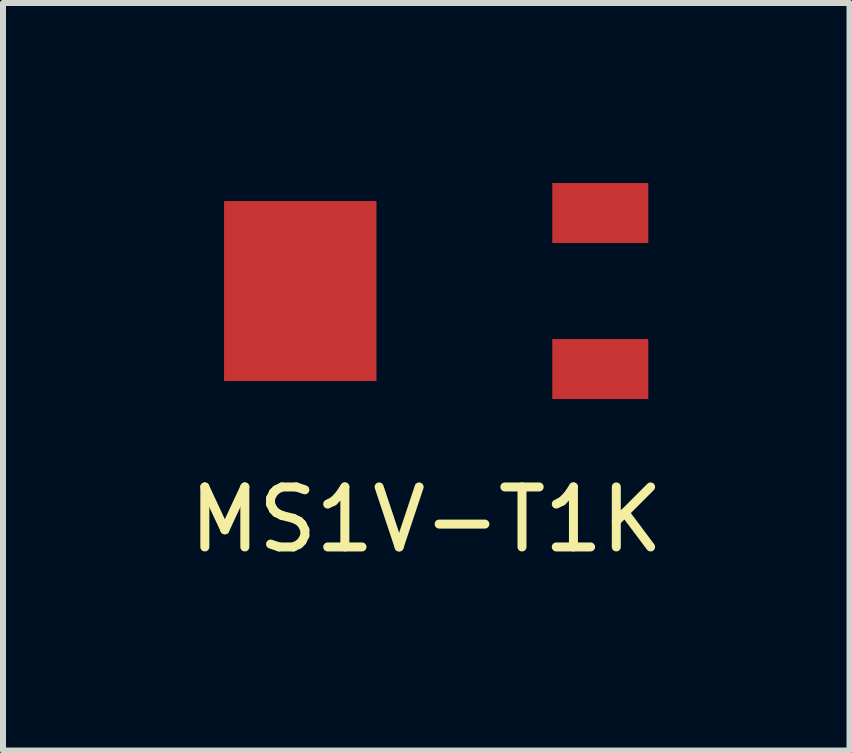
<source format=kicad_pcb>
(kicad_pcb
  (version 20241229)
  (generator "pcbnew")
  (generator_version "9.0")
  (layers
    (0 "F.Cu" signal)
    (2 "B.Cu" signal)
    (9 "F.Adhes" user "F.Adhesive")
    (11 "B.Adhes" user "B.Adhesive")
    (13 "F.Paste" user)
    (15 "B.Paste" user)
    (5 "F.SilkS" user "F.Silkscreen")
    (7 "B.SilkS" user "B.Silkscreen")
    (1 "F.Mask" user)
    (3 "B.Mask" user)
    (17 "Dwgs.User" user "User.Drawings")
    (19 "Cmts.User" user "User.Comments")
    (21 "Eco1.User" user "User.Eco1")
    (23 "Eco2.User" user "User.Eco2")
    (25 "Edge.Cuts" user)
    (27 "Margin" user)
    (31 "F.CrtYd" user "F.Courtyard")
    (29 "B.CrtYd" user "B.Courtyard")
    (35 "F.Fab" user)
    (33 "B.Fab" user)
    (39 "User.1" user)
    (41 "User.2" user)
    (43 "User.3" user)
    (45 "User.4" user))
  (footprint "MS1V-T1K"
    (layer "F.Cu")
    (at 4.054 1.8)
    (property "Reference" "MS1V-T1K" (at 0 3.81 0) (layer "F.SilkS") (effects (font (size 1 1) (thickness 0.15))))
    (attr through_hole)
    (pad "" smd rect (at -2.1 0) (size 2.54 3) (layers "F.Cu" "F.Mask" "F.Paste"))
    (pad "1" smd rect (at 2.9 -1.3) (size 1.6 1) (layers "F.Cu" "F.Mask" "F.Paste"))
    (pad "2" smd rect (at 2.9 1.3) (size 1.6 1) (layers "F.Cu" "F.Mask" "F.Paste")))
  (gr_rect
    (start -3 -3)
    (end 11.107 9.458)
    (stroke (width 0.1) (type default))
    (fill no)
    (layer "Edge.Cuts")))
</source>
